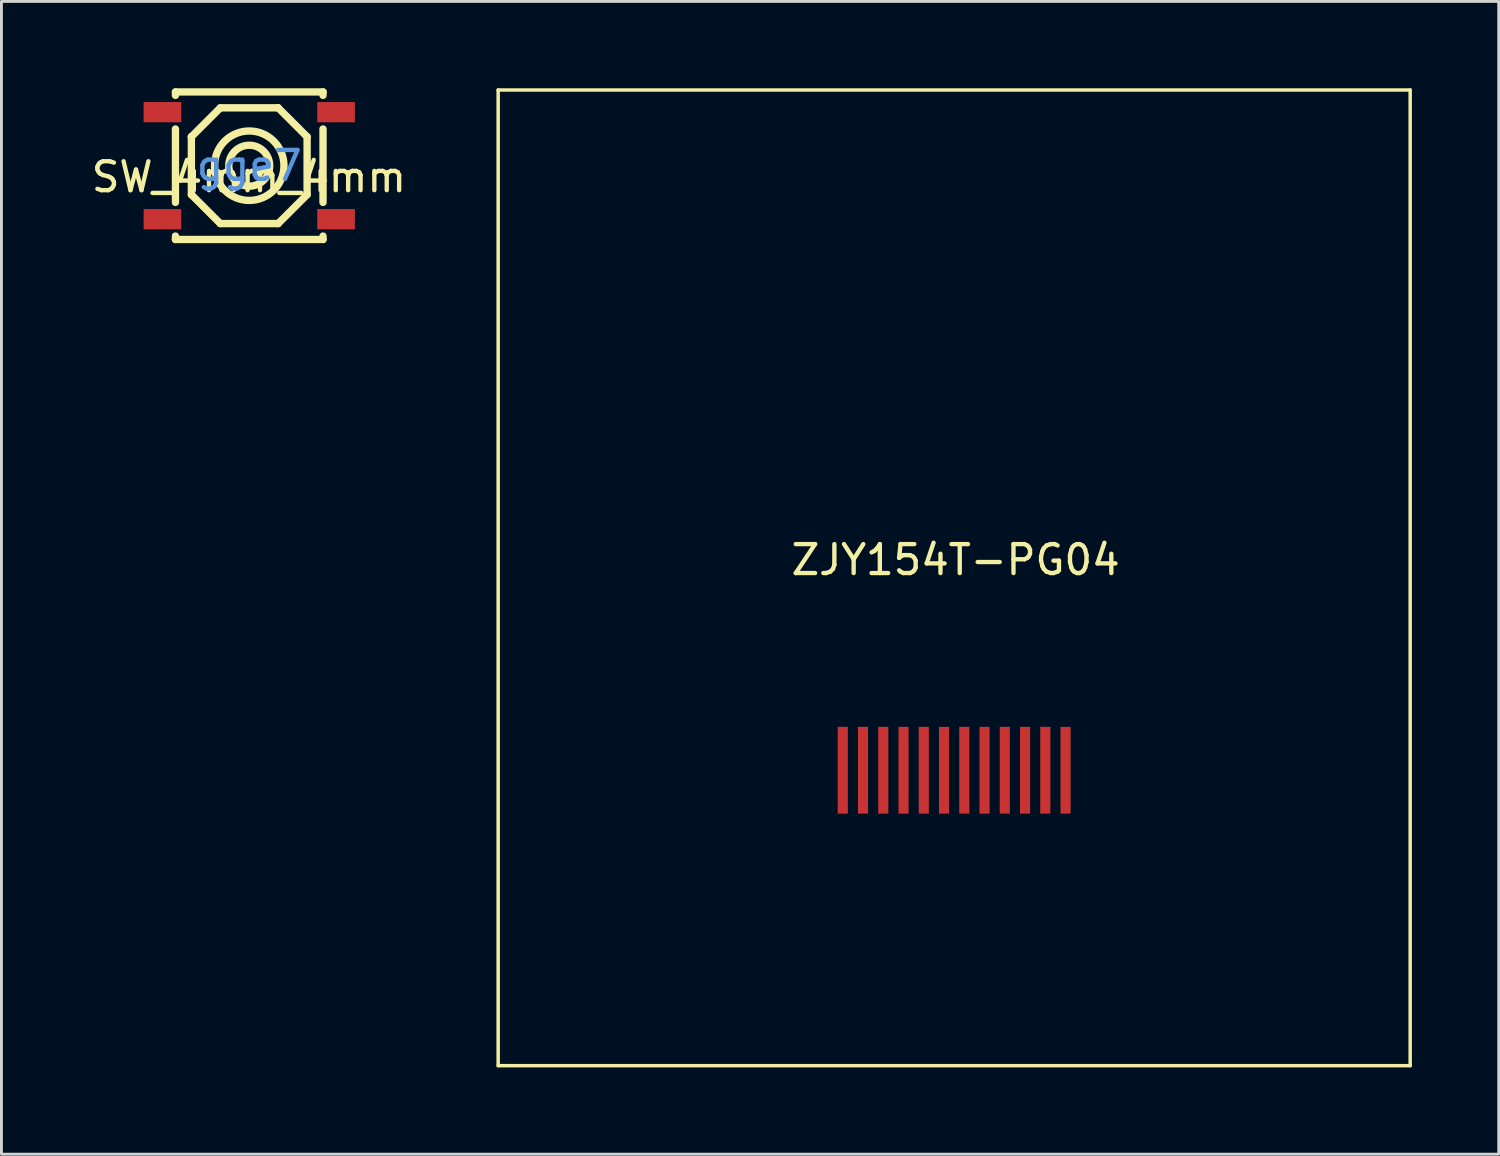
<source format=kicad_pcb>
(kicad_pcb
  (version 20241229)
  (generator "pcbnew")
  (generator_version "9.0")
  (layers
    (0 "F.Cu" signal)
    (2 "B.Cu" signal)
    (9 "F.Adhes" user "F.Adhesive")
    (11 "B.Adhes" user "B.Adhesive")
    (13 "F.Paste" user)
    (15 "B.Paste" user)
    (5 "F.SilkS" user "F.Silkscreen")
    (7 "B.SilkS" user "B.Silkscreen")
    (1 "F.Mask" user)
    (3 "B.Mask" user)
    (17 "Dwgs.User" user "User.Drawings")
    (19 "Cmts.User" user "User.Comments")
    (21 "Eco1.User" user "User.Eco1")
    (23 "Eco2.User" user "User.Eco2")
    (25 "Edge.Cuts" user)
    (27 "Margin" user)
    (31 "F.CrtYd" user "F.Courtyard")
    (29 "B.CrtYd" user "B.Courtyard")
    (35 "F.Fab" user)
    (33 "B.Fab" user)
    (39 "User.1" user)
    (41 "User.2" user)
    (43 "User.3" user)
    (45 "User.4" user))
  (footprint "SW_4mm_4mm"
    (layer "F.Cu")
    (at 5.554 2.568)
    (property "Reference" "SW_4mm_4mm" (at 0 0.5 0) (layer "F.SilkS") (effects (font (size 1 1) (thickness 0.15))))
    (attr through_hole)
    (fp_line (start -2.54 -2.441) (end -2.54 -2.322) (stroke (width 0.254) (type solid)) (layer "F.SilkS"))
    (fp_line (start -2.54 -2.441) (end 2.56 -2.441) (stroke (width 0.254) (type solid)) (layer "F.SilkS"))
    (fp_line (start -2.54 -1.16) (end -2.54 1.378) (stroke (width 0.254) (type solid)) (layer "F.SilkS"))
    (fp_line (start -2.54 2.54) (end -2.54 2.659) (stroke (width 0.254) (type solid)) (layer "F.SilkS"))
    (fp_line (start -1.99 -0.891) (end -1.99 -0.891) (stroke (width 0.254) (type solid)) (layer "F.SilkS"))
    (fp_line (start -1.99 -0.891) (end -0.99 -1.891) (stroke (width 0.254) (type solid)) (layer "F.SilkS"))
    (fp_line (start -1.99 1.109) (end -1.99 -0.891) (stroke (width 0.254) (type solid)) (layer "F.SilkS"))
    (fp_line (start -0.99 -1.891) (end 1.01 -1.891) (stroke (width 0.254) (type solid)) (layer "F.SilkS"))
    (fp_line (start -0.99 2.109) (end -1.99 1.109) (stroke (width 0.254) (type solid)) (layer "F.SilkS"))
    (fp_line (start 1.01 -1.891) (end 1.01 -1.891) (stroke (width 0.254) (type solid)) (layer "F.SilkS"))
    (fp_line (start 1.01 -1.891) (end 2.01 -0.891) (stroke (width 0.254) (type solid)) (layer "F.SilkS"))
    (fp_line (start 1.01 2.109) (end -0.99 2.109) (stroke (width 0.254) (type solid)) (layer "F.SilkS"))
    (fp_line (start 2.01 -0.891) (end 2.01 1.109) (stroke (width 0.254) (type solid)) (layer "F.SilkS"))
    (fp_line (start 2.01 1.109) (end 1.01 2.109) (stroke (width 0.254) (type solid)) (layer "F.SilkS"))
    (fp_line (start 2.56 -2.441) (end 2.56 -2.322) (stroke (width 0.254) (type solid)) (layer "F.SilkS"))
    (fp_line (start 2.56 -1.16) (end 2.56 1.378) (stroke (width 0.254) (type solid)) (layer "F.SilkS"))
    (fp_line (start 2.56 2.54) (end 2.56 2.659) (stroke (width 0.254) (type solid)) (layer "F.SilkS"))
    (fp_line (start 2.56 2.659) (end -2.54 2.659) (stroke (width 0.254) (type solid)) (layer "F.SilkS"))
    (fp_circle (center 0.01 0.109) (end 0.717 0.109) (stroke (width 0.254) (type solid)) (fill no) (layer "F.SilkS"))
    (fp_circle (center 0.01 0.109) (end 1.21 0.109) (stroke (width 0.254) (type solid)) (fill no) (layer "F.SilkS"))
    (fp_text user "gge7" (at 0.01 0.109 0) (layer "Cmts.User") (effects (font (size 1 1) (thickness 0.15))))
    (pad "1" smd rect (at -2.99 -1.741) (size 1.3 0.7) (layers "F.Cu" "F.Mask" "F.Paste"))
    (pad "2" smd rect (at 3.01 -1.741) (size 1.3 0.7) (layers "F.Cu" "F.Mask" "F.Paste"))
    (pad "3" smd rect (at -2.99 1.959) (size 1.3 0.7) (layers "F.Cu" "F.Mask" "F.Paste"))
    (pad "4" smd rect (at 3.01 1.959) (size 1.3 0.7) (layers "F.Cu" "F.Mask" "F.Paste")))
  (footprint "ZJY154T-PG04"
    (layer "F.Cu")
    (at 29.917 16.98)
    (property "Reference" "ZJY154T-PG04" (at 0.06 -0.68 0) (layer "F.SilkS") (effects (font (size 1 1) (thickness 0.15))))
    (attr smd)
    (fp_line (start -15.75 -16.92) (end -15.75 16.8) (stroke (width 0.12) (type solid)) (layer "F.SilkS"))
    (fp_line (start -15.75 16.8) (end 15.77 16.8) (stroke (width 0.12) (type solid)) (layer "F.SilkS"))
    (fp_line (start 15.77 -16.92) (end -15.75 -16.92) (stroke (width 0.12) (type solid)) (layer "F.SilkS"))
    (fp_line (start 15.77 16.8) (end 15.77 -16.92) (stroke (width 0.12) (type solid)) (layer "F.SilkS"))
    (pad "1" smd rect (at 3.86 6.59 180) (size 0.35 3) (layers "F.Cu" "F.Mask" "F.Paste"))
    (pad "2" smd rect (at 3.16 6.59 180) (size 0.35 3) (layers "F.Cu" "F.Mask" "F.Paste"))
    (pad "3" smd rect (at 2.46 6.59 180) (size 0.35 3) (layers "F.Cu" "F.Mask" "F.Paste"))
    (pad "4" smd rect (at 1.76 6.59 180) (size 0.35 3) (layers "F.Cu" "F.Mask" "F.Paste"))
    (pad "5" smd rect (at 1.06 6.59 180) (size 0.35 3) (layers "F.Cu" "F.Mask" "F.Paste"))
    (pad "6" smd rect (at 0.36 6.59 180) (size 0.35 3) (layers "F.Cu" "F.Mask" "F.Paste"))
    (pad "7" smd rect (at -0.34 6.59 180) (size 0.35 3) (layers "F.Cu" "F.Mask" "F.Paste"))
    (pad "8" smd rect (at -1.04 6.59 180) (size 0.35 3) (layers "F.Cu" "F.Mask" "F.Paste"))
    (pad "9" smd rect (at -1.74 6.59 180) (size 0.35 3) (layers "F.Cu" "F.Mask" "F.Paste"))
    (pad "10" smd rect (at -2.44 6.59 180) (size 0.35 3) (layers "F.Cu" "F.Mask" "F.Paste"))
    (pad "11" smd rect (at -3.14 6.59 180) (size 0.35 3) (layers "F.Cu" "F.Mask" "F.Paste"))
    (pad "12" smd rect (at -3.84 6.59 180) (size 0.35 3) (layers "F.Cu" "F.Mask" "F.Paste")))
  (gr_rect
    (start -3 -3)
    (end 48.747 36.84)
    (stroke (width 0.1) (type default))
    (fill no)
    (layer "Edge.Cuts")))
</source>
